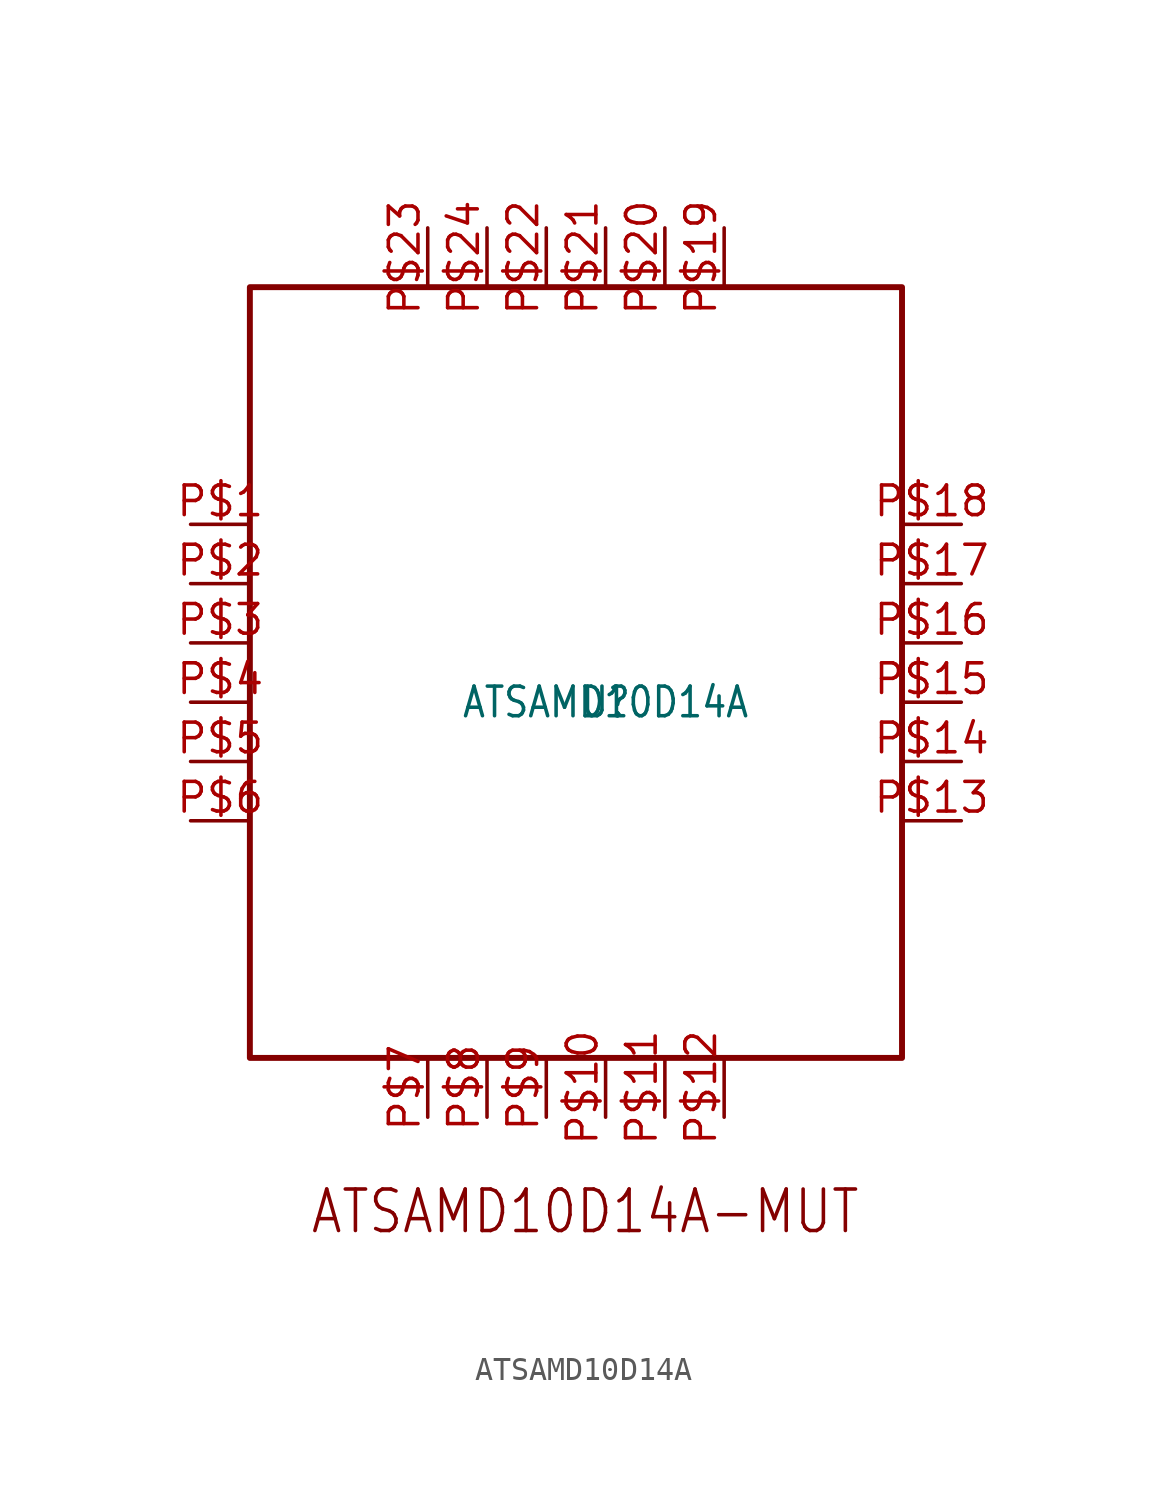
<source format=kicad_sym>
(kicad_symbol_lib
  (version 20211014)
  (generator kicad_symbol_editor)
  (symbol "ATSAMD10D14A"
    (pin_names
      (offset 1.016) hide)
    (property "Reference" "U"
      (at 0 0 0)
      (effects (font (size 1.27 1.086))))
    (property "Value" "ATSAMD10D14A"
      (at 0 0 0)
      (effects (font (size 1.27 1.086))))
    (symbol "ATSAMD10D14A_0_0"
      (text "ATSAMD10D14A-MUT" (at -12.7 -22.86 0) (effects (font (size 1.778 1.52)) (justify left bottom))))
    (symbol "ATSAMD10D14A_0_1"
      (polyline (pts (xy -15.24 17.78) (xy 12.7 17.78) (xy 12.7 -15.24) (xy -15.24 -15.24) (xy -15.24 17.78)) (stroke (width 0.254) (type default) (color 0 0 0 0))))
    (symbol "ATSAMD10D14A_1_1"
      (pin bidirectional line (at -17.78 7.62 0) (length 2.54) (name "PA02" (effects (font (size 1.27 1.086)))) (number "P$1" (effects (font (size 1.27 1.086)))))
      (pin bidirectional line (at -17.78 5.08 0) (length 2.54) (name "PA03" (effects (font (size 1.27 1.086)))) (number "P$2" (effects (font (size 1.27 1.086)))))
      (pin bidirectional line (at -17.78 2.54 0) (length 2.54) (name "PA04" (effects (font (size 1.27 1.086)))) (number "P$3" (effects (font (size 1.27 1.086)))))
      (pin bidirectional line (at -17.78 0 0) (length 2.54) (name "PA05" (effects (font (size 1.27 1.086)))) (number "P$4" (effects (font (size 1.27 1.086)))))
      (pin bidirectional line (at -17.78 -2.54 0) (length 2.54) (name "PA06" (effects (font (size 1.27 1.086)))) (number "P$5" (effects (font (size 1.27 1.086)))))
      (pin bidirectional line (at -17.78 -5.08 0) (length 2.54) (name "PA07" (effects (font (size 1.27 1.086)))) (number "P$6" (effects (font (size 1.27 1.086)))))
      (pin bidirectional line (at -7.62 -17.78 90) (length 2.54) (name "PA08" (effects (font (size 1.27 1.086)))) (number "P$7" (effects (font (size 1.27 1.086)))))
      (pin bidirectional line (at -5.08 -17.78 90) (length 2.54) (name "PA09" (effects (font (size 1.27 1.086)))) (number "P$8" (effects (font (size 1.27 1.086)))))
      (pin bidirectional line (at -2.54 -17.78 90) (length 2.54) (name "PA10" (effects (font (size 1.27 1.086)))) (number "P$9" (effects (font (size 1.27 1.086)))))
      (pin bidirectional line (at 0 -17.78 90) (length 2.54) (name "PA11" (effects (font (size 1.27 1.086)))) (number "P$10" (effects (font (size 1.27 1.086)))))
      (pin bidirectional line (at 2.54 -17.78 90) (length 2.54) (name "PA14" (effects (font (size 1.27 1.086)))) (number "P$11" (effects (font (size 1.27 1.086)))))
      (pin bidirectional line (at 5.08 -17.78 90) (length 2.54) (name "PA15" (effects (font (size 1.27 1.086)))) (number "P$12" (effects (font (size 1.27 1.086)))))
      (pin bidirectional line (at 15.24 -5.08 180) (length 2.54) (name "PA16" (effects (font (size 1.27 1.086)))) (number "P$13" (effects (font (size 1.27 1.086)))))
      (pin bidirectional line (at 15.24 -2.54 180) (length 2.54) (name "PA17" (effects (font (size 1.27 1.086)))) (number "P$14" (effects (font (size 1.27 1.086)))))
      (pin bidirectional line (at 15.24 0 180) (length 2.54) (name "PA22" (effects (font (size 1.27 1.086)))) (number "P$15" (effects (font (size 1.27 1.086)))))
      (pin bidirectional line (at 15.24 2.54 180) (length 2.54) (name "PA23" (effects (font (size 1.27 1.086)))) (number "P$16" (effects (font (size 1.27 1.086)))))
      (pin bidirectional line (at 15.24 5.08 180) (length 2.54) (name "PA27" (effects (font (size 1.27 1.086)))) (number "P$17" (effects (font (size 1.27 1.086)))))
      (pin bidirectional line (at 15.24 7.62 180) (length 2.54) (name "PA28" (effects (font (size 1.27 1.086)))) (number "P$18" (effects (font (size 1.27 1.086)))))
      (pin bidirectional line (at 5.08 20.32 270) (length 2.54) (name "PA30" (effects (font (size 1.27 1.086)))) (number "P$19" (effects (font (size 1.27 1.086)))))
      (pin bidirectional line (at 2.54 20.32 270) (length 2.54) (name "PA31" (effects (font (size 1.27 1.086)))) (number "P$20" (effects (font (size 1.27 1.086)))))
      (pin bidirectional line (at 0 20.32 270) (length 2.54) (name "PA24" (effects (font (size 1.27 1.086)))) (number "P$21" (effects (font (size 1.27 1.086)))))
      (pin bidirectional line (at -2.54 20.32 270) (length 2.54) (name "PA25" (effects (font (size 1.27 1.086)))) (number "P$22" (effects (font (size 1.27 1.086)))))
      (pin power_in line (at -5.08 20.32 270) (length 2.54) (name "GND" (effects (font (size 1.27 1.086)))) (number "P$24" (effects (font (size 1.27 1.086)))))
      (pin power_in line (at -7.62 20.32 270) (length 2.54) (name "VDD" (effects (font (size 1.27 1.086)))) (number "P$23" (effects (font (size 1.27 1.086))))))))
</source>
